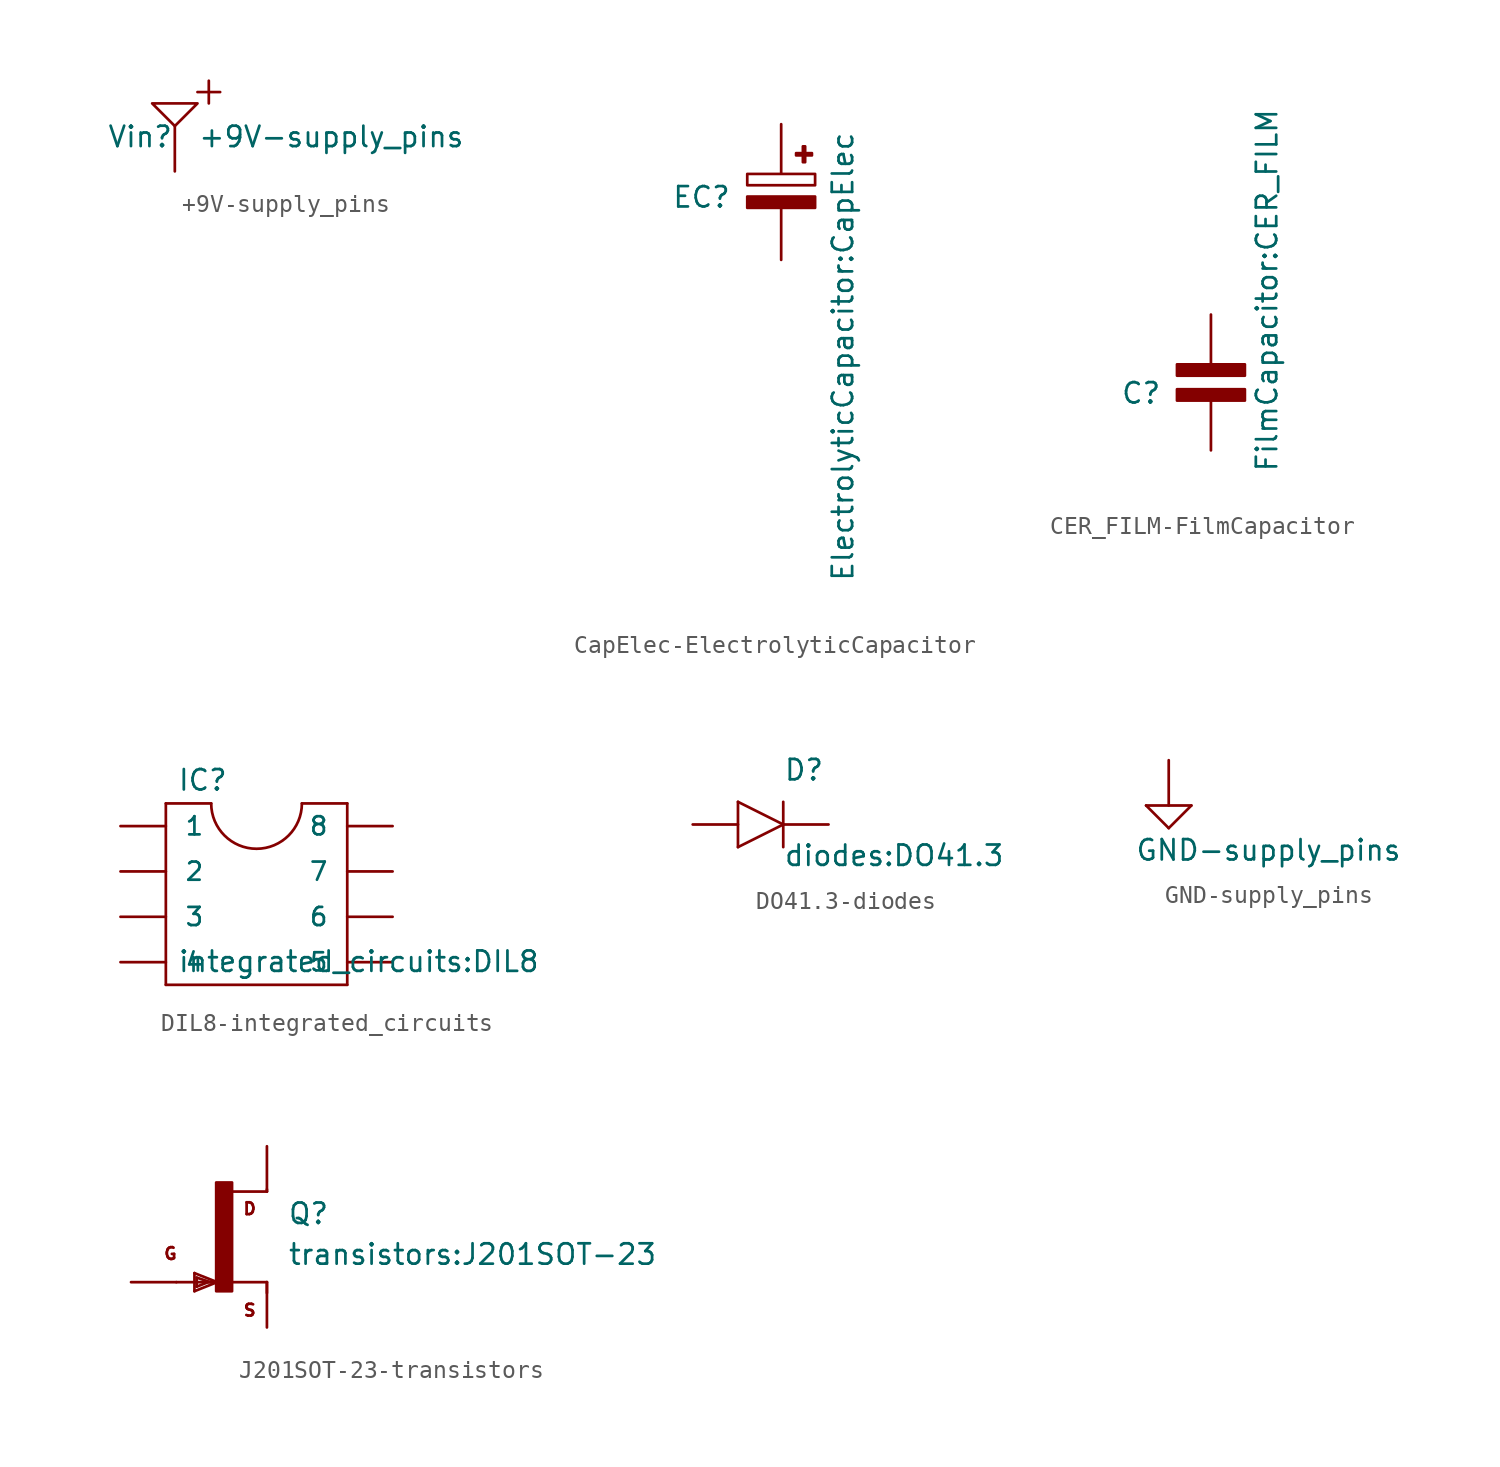
<source format=kicad_sym>
(kicad_symbol_lib
  (version 20220914)
  (generator kicad_symbol_editor)
  (symbol "+9V-supply_pins"
    (power)
    (pin_numbers hide)
    (pin_names
      (offset 1.016) hide)
    (property "Reference" "Vin"
      (at -3.81 0 0)
      (effects (font (size 1.143 1.143)) (justify left bottom)))
    (property "Value" "+9V-supply_pins"
      (at 1.27 0 0)
      (effects (font (size 1.143 1.143)) (justify left bottom)))
    (symbol "+9V-supply_pins_0_1"
      (polyline (pts (xy 1.27 3.175) (xy 2.54 3.175)) (stroke (width 0) (type solid)) (fill (type none)))
      (polyline (pts (xy 1.905 3.81) (xy 1.905 2.54)) (stroke (width 0) (type solid)) (fill (type none)))
      (polyline (pts (xy -1.27 2.54) (xy 1.27 2.54) (xy 0 1.27) (xy -1.27 2.54)) (stroke (width 0) (type solid)) (fill (type none))))
    (symbol "+9V-supply_pins_1_1"
      (pin power_in line (at 0 -1.27 90) (length 2.54) (name "+" (effects (font (size 1.016 1.016)))) (number "+" (effects (font (size 1.016 1.016)))))))
  (symbol "CapElec-ElectrolyticCapacitor"
    (pin_numbers hide)
    (pin_names
      (offset 1.016) hide)
    (property "Reference" "EC"
      (at -2.794 0.381 0)
      (effects (font (size 1.143 1.143)) (justify right top)))
    (property "Value" "ElectrolyticCapacitor:CapElec"
      (at 2.794 3.429 90)
      (effects (font (size 1.143 1.143)) (justify right top)))
    (property "ki_locked" ""
      (at 0 0 0)
      (effects (font (size 1.27 1.27))))
    (symbol "CapElec-ElectrolyticCapacitor_0_1"
      (rectangle (start -1.905 -0.254) (end 1.905 -0.889) (stroke (width 0) (type solid)) (fill (type outline)))
      (rectangle (start -1.905 1.016) (end 1.905 0.381) (stroke (width 0) (type solid)) (fill (type none))))
    (symbol "CapElec-ElectrolyticCapacitor_1_1"
      (rectangle (start 0.838 2.184) (end 1.727 2.057) (stroke (width 0) (type solid)) (fill (type outline)))
      (rectangle (start 1.219 2.565) (end 1.346 1.676) (stroke (width 0) (type solid)) (fill (type outline)))
      (pin passive line (at 0 3.81 270) (length 2.743) (name "+" (effects (font (size 1.016 1.016)))) (number "+" (effects (font (size 1.016 1.016)))))
      (pin passive line (at 0 -3.81 90) (length 2.896) (name "-" (effects (font (size 1.016 1.016)))) (number "-" (effects (font (size 1.016 1.016)))))))
  (symbol "CER_FILM-FilmCapacitor"
    (pin_numbers hide)
    (pin_names
      (offset 1.016) hide)
    (property "Reference" "C"
      (at -5.08 -1.27 0)
      (effects (font (size 1.143 1.143)) (justify left bottom)))
    (property "Value" "FilmCapacitor:CER_FILM"
      (at 3.81 -5.08 90)
      (effects (font (size 1.143 1.143)) (justify left bottom)))
    (property "ki_locked" ""
      (at 0 0 0)
      (effects (font (size 1.27 1.27))))
    (symbol "CER_FILM-FilmCapacitor_0_1"
      (rectangle (start -1.905 -0.381) (end 1.905 -1.016) (stroke (width 0) (type solid)) (fill (type outline)))
      (rectangle (start -1.905 1.016) (end 1.905 0.381) (stroke (width 0) (type solid)) (fill (type outline))))
    (symbol "CER_FILM-FilmCapacitor_1_1"
      (pin passive line (at 0 -3.81 90) (length 2.997) (name "1" (effects (font (size 1.016 1.016)))) (number "1" (effects (font (size 1.016 1.016)))))
      (pin passive line (at 0 3.81 270) (length 2.997) (name "2" (effects (font (size 1.016 1.016)))) (number "2" (effects (font (size 1.016 1.016)))))))
  (symbol "DIL8-integrated_circuits"
    (pin_numbers hide)
    (pin_names
      (offset 1.016))
    (property "Reference" "IC"
      (at -4.445 4.445 0)
      (effects (font (size 1.143 1.143)) (justify left bottom)))
    (property "Value" "integrated_circuits:DIL8"
      (at -4.445 -5.715 0)
      (effects (font (size 1.143 1.143)) (justify left bottom)))
    (symbol "DIL8-integrated_circuits_1_0"
      (polyline (pts (xy -5.08 -6.35) (xy 5.08 -6.35)) (stroke (width 0) (type solid)) (fill (type none)))
      (polyline (pts (xy -5.08 3.81) (xy -5.08 -6.35)) (stroke (width 0) (type solid)) (fill (type none)))
      (polyline (pts (xy -5.08 3.81) (xy -2.54 3.81)) (stroke (width 0) (type solid)) (fill (type none)))
      (polyline (pts (xy 5.08 -6.35) (xy 5.08 3.81)) (stroke (width 0) (type solid)) (fill (type none)))
      (polyline (pts (xy 5.08 3.81) (xy 2.54 3.81)) (stroke (width 0) (type solid)) (fill (type none))))
    (symbol "DIL8-integrated_circuits_1_1"
      (arc (start -2.54 3.81) (mid 0 1.281) (end 2.54 3.81) (stroke (width 0) (type solid)) (fill (type none)))
      (pin passive line (at -7.62 2.54 0) (length 2.54) (name "1" (effects (font (size 1.016 1.016)))) (number "1" (effects (font (size 1.016 1.016)))))
      (pin passive line (at -7.62 0 0) (length 2.54) (name "2" (effects (font (size 1.016 1.016)))) (number "2" (effects (font (size 1.016 1.016)))))
      (pin passive line (at -7.62 -2.54 0) (length 2.54) (name "3" (effects (font (size 1.016 1.016)))) (number "3" (effects (font (size 1.016 1.016)))))
      (pin passive line (at -7.62 -5.08 0) (length 2.54) (name "4" (effects (font (size 1.016 1.016)))) (number "4" (effects (font (size 1.016 1.016)))))
      (pin passive line (at 7.62 -5.08 180) (length 2.54) (name "5" (effects (font (size 1.016 1.016)))) (number "5" (effects (font (size 1.016 1.016)))))
      (pin passive line (at 7.62 -2.54 180) (length 2.54) (name "6" (effects (font (size 1.016 1.016)))) (number "6" (effects (font (size 1.016 1.016)))))
      (pin passive line (at 7.62 0 180) (length 2.54) (name "7" (effects (font (size 1.016 1.016)))) (number "7" (effects (font (size 1.016 1.016)))))
      (pin passive line (at 7.62 2.54 180) (length 2.54) (name "8" (effects (font (size 1.016 1.016)))) (number "8" (effects (font (size 1.016 1.016)))))))
  (symbol "DO41.3-diodes"
    (pin_numbers hide)
    (pin_names
      (offset 1.016) hide)
    (property "Reference" "D"
      (at 0 2.388 0)
      (effects (font (size 1.143 1.143)) (justify left bottom)))
    (property "Value" "diodes:DO41.3"
      (at 0 -2.413 0)
      (effects (font (size 1.143 1.143)) (justify left bottom)))
    (property "ki_locked" ""
      (at 0 0 0)
      (effects (font (size 1.27 1.27))))
    (symbol "DO41.3-diodes_1_0"
      (polyline (pts (xy -2.54 -1.27) (xy 0 0)) (stroke (width 0) (type solid)) (fill (type none)))
      (polyline (pts (xy -2.54 1.27) (xy -2.54 -1.27)) (stroke (width 0) (type solid)) (fill (type none)))
      (polyline (pts (xy 0 0) (xy -2.54 1.27)) (stroke (width 0) (type solid)) (fill (type none)))
      (polyline (pts (xy 0 0) (xy 0 -1.27)) (stroke (width 0) (type solid)) (fill (type none)))
      (polyline (pts (xy 0 1.27) (xy 0 0)) (stroke (width 0) (type solid)) (fill (type none))))
    (symbol "DO41.3-diodes_1_1"
      (pin passive line (at -5.08 0 0) (length 2.54) (name "A" (effects (font (size 1.016 1.016)))) (number "A" (effects (font (size 1.016 1.016)))))
      (pin passive line (at 2.54 0 180) (length 2.54) (name "C" (effects (font (size 1.016 1.016)))) (number "C" (effects (font (size 1.016 1.016)))))))
  (symbol "GND-supply_pins"
    (power)
    (pin_numbers hide)
    (pin_names
      (offset 1.016) hide)
    (property "Reference" "#GND"
      (at 0 0 0)
      (effects (font (size 1.143 1.143)) (justify left bottom) hide))
    (property "Value" "GND-supply_pins"
      (at -1.905 -3.175 0)
      (effects (font (size 1.143 1.143)) (justify left bottom)))
    (property "ki_locked" ""
      (at 0 0 0)
      (effects (font (size 1.27 1.27))))
    (symbol "GND-supply_pins_1_0"
      (polyline (pts (xy -1.27 0) (xy 1.27 0)) (stroke (width 0) (type solid)) (fill (type none)))
      (polyline (pts (xy 0 -1.27) (xy -1.27 0)) (stroke (width 0) (type solid)) (fill (type none)))
      (polyline (pts (xy 0 2.54) (xy 0 0)) (stroke (width 0) (type solid)) (fill (type none)))
      (polyline (pts (xy 1.27 0) (xy 0 -1.27)) (stroke (width 0) (type solid)) (fill (type none))))
    (symbol "GND-supply_pins_1_1"
      (pin power_in line (at 0 2.54 270) (length 2.54) hide (name "GND" (effects (font (size 1.016 1.016)))) (number "~" (effects (font (size 1.016 1.016)))))))
  (symbol "J201SOT-23-transistors"
    (pin_numbers hide)
    (pin_names
      (offset 1.016) hide)
    (property "Reference" "Q"
      (at 3.683 0.635 0)
      (effects (font (size 1.143 1.143)) (justify left bottom)))
    (property "Value" "transistors:J201SOT-23"
      (at 3.683 -1.651 0)
      (effects (font (size 1.143 1.143)) (justify left bottom)))
    (property "ki_locked" ""
      (at 0 0 0)
      (effects (font (size 1.27 1.27))))
    (symbol "J201SOT-23-transistors_1_0"
      (polyline (pts (xy -2.54 -2.54) (xy -0.762 -2.54)) (stroke (width 0) (type solid)) (fill (type none)))
      (polyline (pts (xy -1.524 -3.048) (xy -0.254 -2.54)) (stroke (width 0) (type solid)) (fill (type none)))
      (polyline (pts (xy -1.524 -2.032) (xy -1.524 -3.048)) (stroke (width 0) (type solid)) (fill (type none)))
      (polyline (pts (xy -1.397 -2.794) (xy -0.762 -2.54)) (stroke (width 0) (type solid)) (fill (type none)))
      (polyline (pts (xy -1.397 -2.286) (xy -1.397 -2.794)) (stroke (width 0) (type solid)) (fill (type none)))
      (polyline (pts (xy -0.762 -2.54) (xy -0.635 -2.54)) (stroke (width 0) (type solid)) (fill (type none)))
      (polyline (pts (xy -0.635 -2.54) (xy -1.397 -2.286)) (stroke (width 0) (type solid)) (fill (type none)))
      (polyline (pts (xy -0.635 -2.54) (xy -0.254 -2.54)) (stroke (width 0) (type solid)) (fill (type none)))
      (polyline (pts (xy -0.254 -2.54) (xy -1.524 -2.032)) (stroke (width 0) (type solid)) (fill (type none)))
      (polyline (pts (xy 2.54 -3.15) (xy 2.54 -2.54)) (stroke (width 0) (type solid)) (fill (type none)))
      (polyline (pts (xy 2.54 -2.54) (xy 0.533 -2.54)) (stroke (width 0) (type solid)) (fill (type none)))
      (polyline (pts (xy 2.54 2.54) (xy 0.508 2.54)) (stroke (width 0) (type solid)) (fill (type none)))
      (polyline (pts (xy 2.54 2.667) (xy 2.54 2.54)) (stroke (width 0) (type solid)) (fill (type none)))
      (text "D" (at 1.575 1.575 0) (effects (font (size 0.66 0.66))))
      (text "G" (at -2.87 -0.94 0) (effects (font (size 0.66 0.66))))
      (text "S" (at 1.575 -4.115 0) (effects (font (size 0.66 0.66)))))
    (symbol "J201SOT-23-transistors_1_1"
      (rectangle (start -0.305 -3.048) (end 0.584 3.048) (stroke (width 0) (type solid)) (fill (type outline)))
      (pin passive line (at 2.54 5.08 270) (length 2.54) (name "D" (effects (font (size 1.016 1.016)))) (number "D" (effects (font (size 1.016 1.016)))))
      (pin passive line (at -5.08 -2.54 0) (length 2.54) (name "G" (effects (font (size 1.016 1.016)))) (number "G" (effects (font (size 1.016 1.016)))))
      (pin passive line (at 2.54 -5.08 90) (length 2.54) (name "S" (effects (font (size 1.016 1.016)))) (number "S" (effects (font (size 1.016 1.016))))))))
</source>
